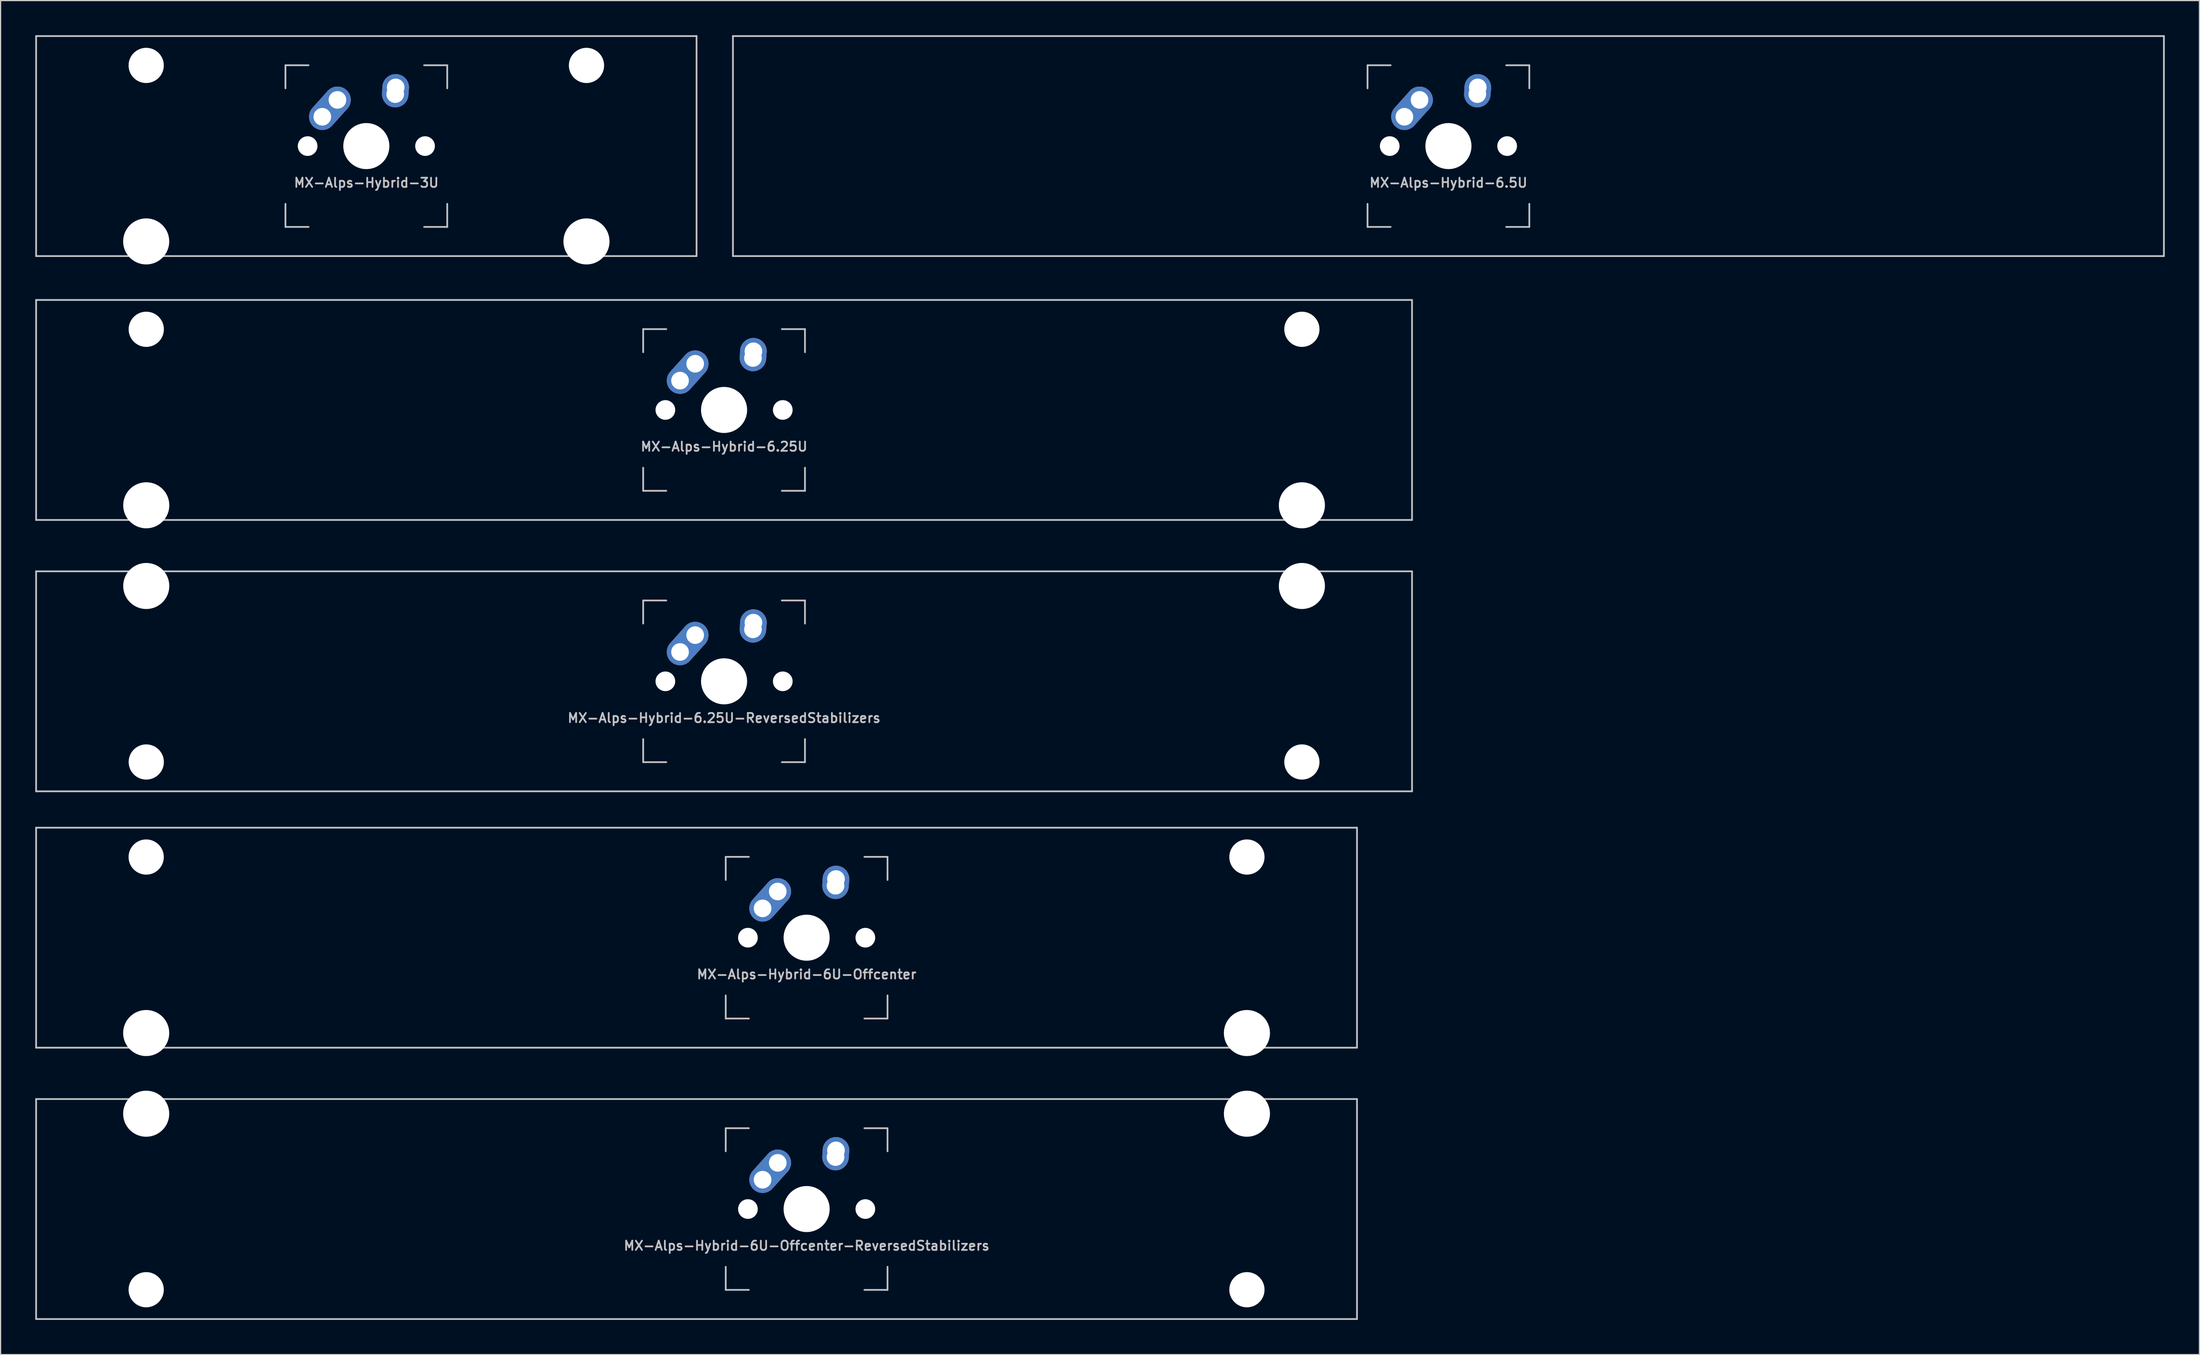
<source format=kicad_pcb>
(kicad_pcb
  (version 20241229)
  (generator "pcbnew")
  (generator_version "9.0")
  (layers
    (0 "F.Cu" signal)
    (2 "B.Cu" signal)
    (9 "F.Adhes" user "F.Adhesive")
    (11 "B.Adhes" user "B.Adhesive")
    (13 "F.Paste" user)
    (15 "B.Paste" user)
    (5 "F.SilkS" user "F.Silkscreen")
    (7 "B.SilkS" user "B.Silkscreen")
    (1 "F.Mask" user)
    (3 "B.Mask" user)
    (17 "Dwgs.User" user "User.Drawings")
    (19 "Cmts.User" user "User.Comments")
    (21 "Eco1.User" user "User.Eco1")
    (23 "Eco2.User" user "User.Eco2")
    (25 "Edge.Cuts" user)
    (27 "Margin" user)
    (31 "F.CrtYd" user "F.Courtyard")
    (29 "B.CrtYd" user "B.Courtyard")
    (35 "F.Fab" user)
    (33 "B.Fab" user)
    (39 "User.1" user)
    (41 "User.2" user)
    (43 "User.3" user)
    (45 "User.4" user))
  (footprint "MX-Alps-Hybrid-6.25U"
    (layer "F.Cu")
    (at 59.606 32.449)
    (property "Reference" "MX-Alps-Hybrid-6.25U" (at 0 3.175 0) (layer "Dwgs.User") (effects (font (size 0.8 0.8) (thickness 0.15))))
    (attr through_hole)
    (fp_line (start -59.531 9.525) (end -59.531 -9.525) (stroke (width 0.15) (type solid)) (layer "Dwgs.User"))
    (fp_line (start -7 -7) (end -7 -5) (stroke (width 0.15) (type solid)) (layer "Dwgs.User"))
    (fp_line (start -7 5) (end -7 7) (stroke (width 0.15) (type solid)) (layer "Dwgs.User"))
    (fp_line (start -7 7) (end -5 7) (stroke (width 0.15) (type solid)) (layer "Dwgs.User"))
    (fp_line (start -5 -7) (end -7 -7) (stroke (width 0.15) (type solid)) (layer "Dwgs.User"))
    (fp_line (start 5 -7) (end 7 -7) (stroke (width 0.15) (type solid)) (layer "Dwgs.User"))
    (fp_line (start 5 7) (end 7 7) (stroke (width 0.15) (type solid)) (layer "Dwgs.User"))
    (fp_line (start 7 -7) (end 7 -5) (stroke (width 0.15) (type solid)) (layer "Dwgs.User"))
    (fp_line (start 7 7) (end 7 5) (stroke (width 0.15) (type solid)) (layer "Dwgs.User"))
    (fp_line (start 59.531 -9.525) (end -59.531 -9.525) (stroke (width 0.15) (type solid)) (layer "Dwgs.User"))
    (fp_line (start 59.531 9.525) (end -59.531 9.525) (stroke (width 0.15) (type solid)) (layer "Dwgs.User"))
    (fp_line (start 59.531 9.525) (end 59.531 -9.525) (stroke (width 0.15) (type solid)) (layer "Dwgs.User"))
    (pad "" np_thru_hole circle (at -50 -6.985) (size 3.048 3.048) (drill 3.048) (layers "*.Cu" "*.Mask"))
    (pad "" np_thru_hole circle (at -50 8.255) (size 3.988 3.988) (drill 3.988) (layers "*.Cu" "*.Mask"))
    (pad "" np_thru_hole circle (at -5.08 0 48.099) (size 1.702 1.702) (drill 1.702) (layers "*.Cu" "*.Mask"))
    (pad "" np_thru_hole circle (at 0 0) (size 3.988 3.988) (drill 3.988) (layers "*.Cu" "*.Mask"))
    (pad "" np_thru_hole circle (at 5.08 0 48.099) (size 1.702 1.702) (drill 1.702) (layers "*.Cu" "*.Mask"))
    (pad "" np_thru_hole circle (at 50 -6.985) (size 3.048 3.048) (drill 3.048) (layers "*.Cu" "*.Mask"))
    (pad "" np_thru_hole circle (at 50 8.255) (size 3.988 3.988) (drill 3.988) (layers "*.Cu" "*.Mask"))
    (pad "1" thru_hole oval (at -3.81 -2.54 48.099) (size 4.262 2.3) (drill 1.524 (offset 0.981 0)) (layers "*.Cu" "B.Mask"))
    (pad "1" thru_hole circle (at -2.5 -4) (size 2.3 2.3) (drill 1.524) (layers "*.Cu" "B.Mask"))
    (pad "2" thru_hole oval (at 2.5 -4.5 86.054) (size 2.881 2.3) (drill 1.524 (offset 0.291 0)) (layers "*.Cu" "B.Mask"))
    (pad "2" thru_hole circle (at 2.54 -5.08) (size 2.3 2.3) (drill 1.524) (layers "*.Cu" "B.Mask")))
  (footprint "MX-Alps-Hybrid-6.25U-ReversedStabilizers"
    (layer "F.Cu")
    (at 59.606 55.947)
    (property "Reference" "MX-Alps-Hybrid-6.25U-ReversedStabilizers" (at 0 3.175 0) (layer "Dwgs.User") (effects (font (size 0.8 0.8) (thickness 0.15))))
    (attr through_hole)
    (fp_line (start -59.531 9.525) (end -59.531 -9.525) (stroke (width 0.15) (type solid)) (layer "Dwgs.User"))
    (fp_line (start -7 -7) (end -7 -5) (stroke (width 0.15) (type solid)) (layer "Dwgs.User"))
    (fp_line (start -7 5) (end -7 7) (stroke (width 0.15) (type solid)) (layer "Dwgs.User"))
    (fp_line (start -7 7) (end -5 7) (stroke (width 0.15) (type solid)) (layer "Dwgs.User"))
    (fp_line (start -5 -7) (end -7 -7) (stroke (width 0.15) (type solid)) (layer "Dwgs.User"))
    (fp_line (start 5 -7) (end 7 -7) (stroke (width 0.15) (type solid)) (layer "Dwgs.User"))
    (fp_line (start 5 7) (end 7 7) (stroke (width 0.15) (type solid)) (layer "Dwgs.User"))
    (fp_line (start 7 -7) (end 7 -5) (stroke (width 0.15) (type solid)) (layer "Dwgs.User"))
    (fp_line (start 7 7) (end 7 5) (stroke (width 0.15) (type solid)) (layer "Dwgs.User"))
    (fp_line (start 59.531 -9.525) (end -59.531 -9.525) (stroke (width 0.15) (type solid)) (layer "Dwgs.User"))
    (fp_line (start 59.531 9.525) (end -59.531 9.525) (stroke (width 0.15) (type solid)) (layer "Dwgs.User"))
    (fp_line (start 59.531 9.525) (end 59.531 -9.525) (stroke (width 0.15) (type solid)) (layer "Dwgs.User"))
    (pad "" np_thru_hole circle (at -50 -8.255) (size 3.988 3.988) (drill 3.988) (layers "*.Cu" "*.Mask"))
    (pad "" np_thru_hole circle (at -50 6.985) (size 3.048 3.048) (drill 3.048) (layers "*.Cu" "*.Mask"))
    (pad "" np_thru_hole circle (at -5.08 0 48.099) (size 1.702 1.702) (drill 1.702) (layers "*.Cu" "*.Mask"))
    (pad "" np_thru_hole circle (at 0 0) (size 3.988 3.988) (drill 3.988) (layers "*.Cu" "*.Mask"))
    (pad "" np_thru_hole circle (at 5.08 0 48.099) (size 1.702 1.702) (drill 1.702) (layers "*.Cu" "*.Mask"))
    (pad "" np_thru_hole circle (at 50 -8.255) (size 3.988 3.988) (drill 3.988) (layers "*.Cu" "*.Mask"))
    (pad "" np_thru_hole circle (at 50 6.985) (size 3.048 3.048) (drill 3.048) (layers "*.Cu" "*.Mask"))
    (pad "1" thru_hole oval (at -3.81 -2.54 48.099) (size 4.262 2.3) (drill 1.524 (offset 0.981 0)) (layers "*.Cu" "B.Mask"))
    (pad "1" thru_hole circle (at -2.5 -4) (size 2.3 2.3) (drill 1.524) (layers "*.Cu" "B.Mask"))
    (pad "2" thru_hole oval (at 2.5 -4.5 86.054) (size 2.881 2.3) (drill 1.524 (offset 0.291 0)) (layers "*.Cu" "B.Mask"))
    (pad "2" thru_hole circle (at 2.54 -5.08) (size 2.3 2.3) (drill 1.524) (layers "*.Cu" "B.Mask")))
  (footprint "MX-Alps-Hybrid-3U"
    (layer "F.Cu")
    (at 28.65 9.6)
    (property "Reference" "MX-Alps-Hybrid-3U" (at 0 3.175 0) (layer "Dwgs.User") (effects (font (size 0.8 0.8) (thickness 0.15))))
    (attr through_hole)
    (fp_line (start -28.575 9.525) (end -28.575 -9.525) (stroke (width 0.15) (type solid)) (layer "Dwgs.User"))
    (fp_line (start -7 -7) (end -7 -5) (stroke (width 0.15) (type solid)) (layer "Dwgs.User"))
    (fp_line (start -7 5) (end -7 7) (stroke (width 0.15) (type solid)) (layer "Dwgs.User"))
    (fp_line (start -7 7) (end -5 7) (stroke (width 0.15) (type solid)) (layer "Dwgs.User"))
    (fp_line (start -5 -7) (end -7 -7) (stroke (width 0.15) (type solid)) (layer "Dwgs.User"))
    (fp_line (start 5 -7) (end 7 -7) (stroke (width 0.15) (type solid)) (layer "Dwgs.User"))
    (fp_line (start 5 7) (end 7 7) (stroke (width 0.15) (type solid)) (layer "Dwgs.User"))
    (fp_line (start 7 -7) (end 7 -5) (stroke (width 0.15) (type solid)) (layer "Dwgs.User"))
    (fp_line (start 7 7) (end 7 5) (stroke (width 0.15) (type solid)) (layer "Dwgs.User"))
    (fp_line (start 28.575 -9.525) (end -28.575 -9.525) (stroke (width 0.15) (type solid)) (layer "Dwgs.User"))
    (fp_line (start 28.575 9.525) (end -28.575 9.525) (stroke (width 0.15) (type solid)) (layer "Dwgs.User"))
    (fp_line (start 28.575 9.525) (end 28.575 -9.525) (stroke (width 0.15) (type solid)) (layer "Dwgs.User"))
    (pad "" np_thru_hole circle (at -19.05 -6.985) (size 3.048 3.048) (drill 3.048) (layers "*.Cu" "*.Mask"))
    (pad "" np_thru_hole circle (at -19.05 8.255) (size 3.988 3.988) (drill 3.988) (layers "*.Cu" "*.Mask"))
    (pad "" np_thru_hole circle (at -5.08 0 48.099) (size 1.702 1.702) (drill 1.702) (layers "*.Cu" "*.Mask"))
    (pad "" np_thru_hole circle (at 0 0) (size 3.988 3.988) (drill 3.988) (layers "*.Cu" "*.Mask"))
    (pad "" np_thru_hole circle (at 5.08 0 48.099) (size 1.702 1.702) (drill 1.702) (layers "*.Cu" "*.Mask"))
    (pad "" np_thru_hole circle (at 19.05 -6.985) (size 3.048 3.048) (drill 3.048) (layers "*.Cu" "*.Mask"))
    (pad "" np_thru_hole circle (at 19.05 8.255) (size 3.988 3.988) (drill 3.988) (layers "*.Cu" "*.Mask"))
    (pad "1" thru_hole oval (at -3.81 -2.54 48.099) (size 4.262 2.3) (drill 1.524 (offset 0.981 0)) (layers "*.Cu" "B.Mask"))
    (pad "1" thru_hole circle (at -2.5 -4) (size 2.3 2.3) (drill 1.524) (layers "*.Cu" "B.Mask"))
    (pad "2" thru_hole oval (at 2.5 -4.5 86.054) (size 2.881 2.3) (drill 1.524 (offset 0.291 0)) (layers "*.Cu" "B.Mask"))
    (pad "2" thru_hole circle (at 2.54 -5.08) (size 2.3 2.3) (drill 1.524) (layers "*.Cu" "B.Mask")))
  (footprint "MX-Alps-Hybrid-6U-Offcenter-ReversedStabilizers"
    (layer "F.Cu")
    (at 66.75 101.644)
    (property "Reference" "MX-Alps-Hybrid-6U-Offcenter-ReversedStabilizers" (at 0 3.175 0) (layer "Dwgs.User") (effects (font (size 0.8 0.8) (thickness 0.15))))
    (attr through_hole)
    (fp_line (start -66.675 -9.525) (end 47.625 -9.525) (stroke (width 0.15) (type solid)) (layer "Dwgs.User"))
    (fp_line (start -66.675 9.525) (end -66.675 -9.525) (stroke (width 0.15) (type solid)) (layer "Dwgs.User"))
    (fp_line (start -66.675 9.525) (end 47.625 9.525) (stroke (width 0.15) (type solid)) (layer "Dwgs.User"))
    (fp_line (start -7 -7) (end -7 -5) (stroke (width 0.15) (type solid)) (layer "Dwgs.User"))
    (fp_line (start -7 5) (end -7 7) (stroke (width 0.15) (type solid)) (layer "Dwgs.User"))
    (fp_line (start -7 7) (end -5 7) (stroke (width 0.15) (type solid)) (layer "Dwgs.User"))
    (fp_line (start -5 -7) (end -7 -7) (stroke (width 0.15) (type solid)) (layer "Dwgs.User"))
    (fp_line (start 5 -7) (end 7 -7) (stroke (width 0.15) (type solid)) (layer "Dwgs.User"))
    (fp_line (start 5 7) (end 7 7) (stroke (width 0.15) (type solid)) (layer "Dwgs.User"))
    (fp_line (start 7 -7) (end 7 -5) (stroke (width 0.15) (type solid)) (layer "Dwgs.User"))
    (fp_line (start 7 7) (end 7 5) (stroke (width 0.15) (type solid)) (layer "Dwgs.User"))
    (fp_line (start 47.625 9.525) (end 47.625 -9.525) (stroke (width 0.15) (type solid)) (layer "Dwgs.User"))
    (pad "" np_thru_hole circle (at -57.15 -8.255) (size 3.988 3.988) (drill 3.988) (layers "*.Cu" "*.Mask"))
    (pad "" np_thru_hole circle (at -57.15 6.985) (size 3.048 3.048) (drill 3.048) (layers "*.Cu" "*.Mask"))
    (pad "" np_thru_hole circle (at -5.08 0 48.099) (size 1.702 1.702) (drill 1.702) (layers "*.Cu" "*.Mask"))
    (pad "" np_thru_hole circle (at 0 0) (size 3.988 3.988) (drill 3.988) (layers "*.Cu" "*.Mask"))
    (pad "" np_thru_hole circle (at 5.08 0 48.099) (size 1.702 1.702) (drill 1.702) (layers "*.Cu" "*.Mask"))
    (pad "" np_thru_hole circle (at 38.1 -8.255) (size 3.988 3.988) (drill 3.988) (layers "*.Cu" "*.Mask"))
    (pad "" np_thru_hole circle (at 38.1 6.985) (size 3.048 3.048) (drill 3.048) (layers "*.Cu" "*.Mask"))
    (pad "1" thru_hole oval (at -3.81 -2.54 48.099) (size 4.262 2.3) (drill 1.524 (offset 0.981 0)) (layers "*.Cu" "B.Mask"))
    (pad "1" thru_hole circle (at -2.5 -4) (size 2.3 2.3) (drill 1.524) (layers "*.Cu" "B.Mask"))
    (pad "2" thru_hole oval (at 2.5 -4.5 86.054) (size 2.881 2.3) (drill 1.524 (offset 0.291 0)) (layers "*.Cu" "B.Mask"))
    (pad "2" thru_hole circle (at 2.54 -5.08) (size 2.3 2.3) (drill 1.524) (layers "*.Cu" "B.Mask")))
  (footprint "MX-Alps-Hybrid-6U-Offcenter"
    (layer "F.Cu")
    (at 66.75 78.147)
    (property "Reference" "MX-Alps-Hybrid-6U-Offcenter" (at 0 3.175 0) (layer "Dwgs.User") (effects (font (size 0.8 0.8) (thickness 0.15))))
    (attr through_hole)
    (fp_line (start -66.675 -9.525) (end 47.625 -9.525) (stroke (width 0.15) (type solid)) (layer "Dwgs.User"))
    (fp_line (start -66.675 9.525) (end -66.675 -9.525) (stroke (width 0.15) (type solid)) (layer "Dwgs.User"))
    (fp_line (start -66.675 9.525) (end 47.625 9.525) (stroke (width 0.15) (type solid)) (layer "Dwgs.User"))
    (fp_line (start -7 -7) (end -7 -5) (stroke (width 0.15) (type solid)) (layer "Dwgs.User"))
    (fp_line (start -7 5) (end -7 7) (stroke (width 0.15) (type solid)) (layer "Dwgs.User"))
    (fp_line (start -7 7) (end -5 7) (stroke (width 0.15) (type solid)) (layer "Dwgs.User"))
    (fp_line (start -5 -7) (end -7 -7) (stroke (width 0.15) (type solid)) (layer "Dwgs.User"))
    (fp_line (start 5 -7) (end 7 -7) (stroke (width 0.15) (type solid)) (layer "Dwgs.User"))
    (fp_line (start 5 7) (end 7 7) (stroke (width 0.15) (type solid)) (layer "Dwgs.User"))
    (fp_line (start 7 -7) (end 7 -5) (stroke (width 0.15) (type solid)) (layer "Dwgs.User"))
    (fp_line (start 7 7) (end 7 5) (stroke (width 0.15) (type solid)) (layer "Dwgs.User"))
    (fp_line (start 47.625 9.525) (end 47.625 -9.525) (stroke (width 0.15) (type solid)) (layer "Dwgs.User"))
    (pad "" np_thru_hole circle (at -57.15 -6.985) (size 3.048 3.048) (drill 3.048) (layers "*.Cu" "*.Mask"))
    (pad "" np_thru_hole circle (at -57.15 8.255) (size 3.988 3.988) (drill 3.988) (layers "*.Cu" "*.Mask"))
    (pad "" np_thru_hole circle (at -5.08 0 48.099) (size 1.702 1.702) (drill 1.702) (layers "*.Cu" "*.Mask"))
    (pad "" np_thru_hole circle (at 0 0) (size 3.988 3.988) (drill 3.988) (layers "*.Cu" "*.Mask"))
    (pad "" np_thru_hole circle (at 5.08 0 48.099) (size 1.702 1.702) (drill 1.702) (layers "*.Cu" "*.Mask"))
    (pad "" np_thru_hole circle (at 38.1 -6.985) (size 3.048 3.048) (drill 3.048) (layers "*.Cu" "*.Mask"))
    (pad "" np_thru_hole circle (at 38.1 8.255) (size 3.988 3.988) (drill 3.988) (layers "*.Cu" "*.Mask"))
    (pad "1" thru_hole oval (at -3.81 -2.54 48.099) (size 4.262 2.3) (drill 1.524 (offset 0.981 0)) (layers "*.Cu" "B.Mask"))
    (pad "1" thru_hole circle (at -2.5 -4) (size 2.3 2.3) (drill 1.524) (layers "*.Cu" "B.Mask"))
    (pad "2" thru_hole oval (at 2.5 -4.5 86.054) (size 2.881 2.3) (drill 1.524 (offset 0.291 0)) (layers "*.Cu" "B.Mask"))
    (pad "2" thru_hole circle (at 2.54 -5.08) (size 2.3 2.3) (drill 1.524) (layers "*.Cu" "B.Mask")))
  (footprint "MX-Alps-Hybrid-6.5U"
    (layer "F.Cu")
    (at 122.287 9.6)
    (property "Reference" "MX-Alps-Hybrid-6.5U" (at 0 3.175 0) (layer "Dwgs.User") (effects (font (size 0.8 0.8) (thickness 0.15))))
    (attr through_hole)
    (fp_line (start -61.913 9.525) (end -61.913 -9.525) (stroke (width 0.15) (type solid)) (layer "Dwgs.User"))
    (fp_line (start -7 -7) (end -7 -5) (stroke (width 0.15) (type solid)) (layer "Dwgs.User"))
    (fp_line (start -7 5) (end -7 7) (stroke (width 0.15) (type solid)) (layer "Dwgs.User"))
    (fp_line (start -7 7) (end -5 7) (stroke (width 0.15) (type solid)) (layer "Dwgs.User"))
    (fp_line (start -5 -7) (end -7 -7) (stroke (width 0.15) (type solid)) (layer "Dwgs.User"))
    (fp_line (start 5 -7) (end 7 -7) (stroke (width 0.15) (type solid)) (layer "Dwgs.User"))
    (fp_line (start 5 7) (end 7 7) (stroke (width 0.15) (type solid)) (layer "Dwgs.User"))
    (fp_line (start 7 -7) (end 7 -5) (stroke (width 0.15) (type solid)) (layer "Dwgs.User"))
    (fp_line (start 7 7) (end 7 5) (stroke (width 0.15) (type solid)) (layer "Dwgs.User"))
    (fp_line (start 61.913 -9.525) (end -61.913 -9.525) (stroke (width 0.15) (type solid)) (layer "Dwgs.User"))
    (fp_line (start 61.913 9.525) (end -61.913 9.525) (stroke (width 0.15) (type solid)) (layer "Dwgs.User"))
    (fp_line (start 61.913 9.525) (end 61.913 -9.525) (stroke (width 0.15) (type solid)) (layer "Dwgs.User"))
    (pad "" np_thru_hole circle (at -5.08 0 48.099) (size 1.702 1.702) (drill 1.702) (layers "*.Cu" "*.Mask"))
    (pad "" np_thru_hole circle (at 0 0) (size 3.988 3.988) (drill 3.988) (layers "*.Cu" "*.Mask"))
    (pad "" np_thru_hole circle (at 5.08 0 48.099) (size 1.702 1.702) (drill 1.702) (layers "*.Cu" "*.Mask"))
    (pad "1" thru_hole oval (at -3.81 -2.54 48.099) (size 4.262 2.3) (drill 1.524 (offset 0.981 0)) (layers "*.Cu" "B.Mask"))
    (pad "1" thru_hole circle (at -2.5 -4) (size 2.3 2.3) (drill 1.524) (layers "*.Cu" "B.Mask"))
    (pad "2" thru_hole oval (at 2.5 -4.5 86.054) (size 2.881 2.3) (drill 1.524 (offset 0.291 0)) (layers "*.Cu" "B.Mask"))
    (pad "2" thru_hole circle (at 2.54 -5.08) (size 2.3 2.3) (drill 1.524) (layers "*.Cu" "B.Mask")))
  (gr_rect
    (start -3 -3)
    (end 187.275 114.245)
    (stroke (width 0.1) (type default))
    (fill no)
    (layer "Edge.Cuts")))
</source>
